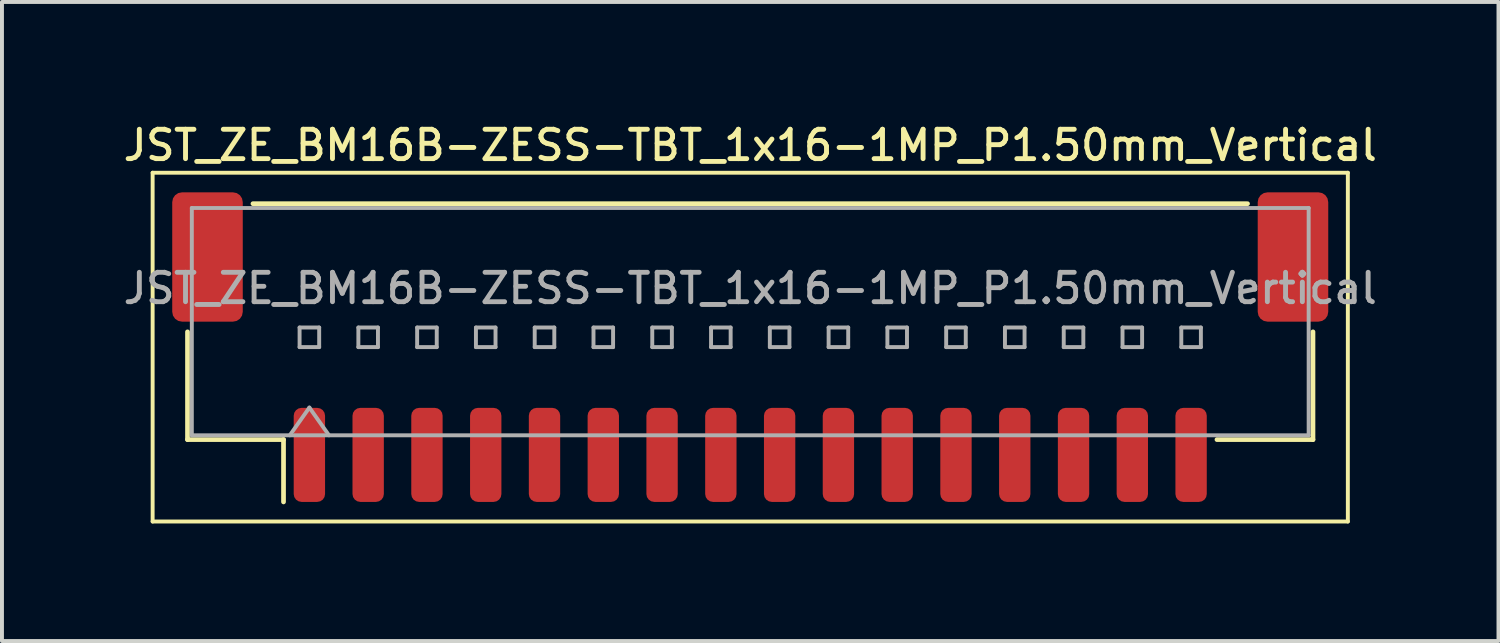
<source format=kicad_pcb>
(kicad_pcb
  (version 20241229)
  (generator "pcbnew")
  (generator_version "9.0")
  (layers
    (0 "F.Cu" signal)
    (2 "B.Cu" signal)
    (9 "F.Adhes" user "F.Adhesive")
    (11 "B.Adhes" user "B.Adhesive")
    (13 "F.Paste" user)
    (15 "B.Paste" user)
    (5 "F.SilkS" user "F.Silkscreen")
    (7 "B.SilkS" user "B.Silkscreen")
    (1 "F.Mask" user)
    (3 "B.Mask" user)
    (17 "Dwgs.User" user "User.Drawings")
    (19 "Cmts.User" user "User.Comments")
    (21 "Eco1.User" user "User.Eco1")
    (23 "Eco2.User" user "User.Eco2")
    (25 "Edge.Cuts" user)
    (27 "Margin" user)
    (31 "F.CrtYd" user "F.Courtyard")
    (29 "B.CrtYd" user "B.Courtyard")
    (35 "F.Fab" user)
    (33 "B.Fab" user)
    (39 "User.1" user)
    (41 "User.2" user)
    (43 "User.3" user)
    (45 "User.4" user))
  (footprint "JST_ZE_BM16B-ZESS-TBT_1x16-1MP_P1.50mm_Vertical"
    (layer "F.Cu")
    (at 16.095 5.808)
    (property "Reference" "JST_ZE_BM16B-ZESS-TBT_1x16-1MP_P1.50mm_Vertical" (at 0 -5.15 0) (layer "F.SilkS") (effects (font (size 0.75 0.75) (thickness 0.125))))
    (attr smd)
    (fp_line (start -15.25 -4.45) (end -15.25 4.45) (stroke (width 0.1) (type solid)) (layer "F.SilkS"))
    (fp_line (start -15.25 4.45) (end 15.25 4.45) (stroke (width 0.1) (type solid)) (layer "F.SilkS"))
    (fp_line (start -14.36 -0.39) (end -14.36 2.36) (stroke (width 0.12) (type solid)) (layer "F.SilkS"))
    (fp_line (start -14.36 2.36) (end -11.91 2.36) (stroke (width 0.12) (type solid)) (layer "F.SilkS"))
    (fp_line (start -12.69 -3.66) (end 12.69 -3.66) (stroke (width 0.12) (type solid)) (layer "F.SilkS"))
    (fp_line (start -11.91 2.36) (end -11.91 3.95) (stroke (width 0.12) (type solid)) (layer "F.SilkS"))
    (fp_line (start 14.36 -0.39) (end 14.36 2.36) (stroke (width 0.12) (type solid)) (layer "F.SilkS"))
    (fp_line (start 14.36 2.36) (end 11.91 2.36) (stroke (width 0.12) (type solid)) (layer "F.SilkS"))
    (fp_line (start 15.25 -4.45) (end -15.25 -4.45) (stroke (width 0.1) (type solid)) (layer "F.SilkS"))
    (fp_line (start 15.25 4.45) (end 15.25 -4.45) (stroke (width 0.1) (type solid)) (layer "F.SilkS"))
    (fp_line (start -14.25 -3.55) (end 14.25 -3.55) (stroke (width 0.1) (type solid)) (layer "F.Fab"))
    (fp_line (start -14.25 2.25) (end -14.25 -3.55) (stroke (width 0.1) (type solid)) (layer "F.Fab"))
    (fp_line (start -14.25 2.25) (end 14.25 2.25) (stroke (width 0.1) (type solid)) (layer "F.Fab"))
    (fp_line (start -11.75 2.25) (end -11.25 1.543) (stroke (width 0.1) (type solid)) (layer "F.Fab"))
    (fp_line (start -11.5 -0.5) (end -11.5 0) (stroke (width 0.1) (type solid)) (layer "F.Fab"))
    (fp_line (start -11.5 0) (end -11 0) (stroke (width 0.1) (type solid)) (layer "F.Fab"))
    (fp_line (start -11.25 1.543) (end -10.75 2.25) (stroke (width 0.1) (type solid)) (layer "F.Fab"))
    (fp_line (start -11 -0.5) (end -11.5 -0.5) (stroke (width 0.1) (type solid)) (layer "F.Fab"))
    (fp_line (start -11 0) (end -11 -0.5) (stroke (width 0.1) (type solid)) (layer "F.Fab"))
    (fp_line (start -10 -0.5) (end -10 0) (stroke (width 0.1) (type solid)) (layer "F.Fab"))
    (fp_line (start -10 0) (end -9.5 0) (stroke (width 0.1) (type solid)) (layer "F.Fab"))
    (fp_line (start -9.5 -0.5) (end -10 -0.5) (stroke (width 0.1) (type solid)) (layer "F.Fab"))
    (fp_line (start -9.5 0) (end -9.5 -0.5) (stroke (width 0.1) (type solid)) (layer "F.Fab"))
    (fp_line (start -8.5 -0.5) (end -8.5 0) (stroke (width 0.1) (type solid)) (layer "F.Fab"))
    (fp_line (start -8.5 0) (end -8 0) (stroke (width 0.1) (type solid)) (layer "F.Fab"))
    (fp_line (start -8 -0.5) (end -8.5 -0.5) (stroke (width 0.1) (type solid)) (layer "F.Fab"))
    (fp_line (start -8 0) (end -8 -0.5) (stroke (width 0.1) (type solid)) (layer "F.Fab"))
    (fp_line (start -7 -0.5) (end -7 0) (stroke (width 0.1) (type solid)) (layer "F.Fab"))
    (fp_line (start -7 0) (end -6.5 0) (stroke (width 0.1) (type solid)) (layer "F.Fab"))
    (fp_line (start -6.5 -0.5) (end -7 -0.5) (stroke (width 0.1) (type solid)) (layer "F.Fab"))
    (fp_line (start -6.5 0) (end -6.5 -0.5) (stroke (width 0.1) (type solid)) (layer "F.Fab"))
    (fp_line (start -5.5 -0.5) (end -5.5 0) (stroke (width 0.1) (type solid)) (layer "F.Fab"))
    (fp_line (start -5.5 0) (end -5 0) (stroke (width 0.1) (type solid)) (layer "F.Fab"))
    (fp_line (start -5 -0.5) (end -5.5 -0.5) (stroke (width 0.1) (type solid)) (layer "F.Fab"))
    (fp_line (start -5 0) (end -5 -0.5) (stroke (width 0.1) (type solid)) (layer "F.Fab"))
    (fp_line (start -4 -0.5) (end -4 0) (stroke (width 0.1) (type solid)) (layer "F.Fab"))
    (fp_line (start -4 0) (end -3.5 0) (stroke (width 0.1) (type solid)) (layer "F.Fab"))
    (fp_line (start -3.5 -0.5) (end -4 -0.5) (stroke (width 0.1) (type solid)) (layer "F.Fab"))
    (fp_line (start -3.5 0) (end -3.5 -0.5) (stroke (width 0.1) (type solid)) (layer "F.Fab"))
    (fp_line (start -2.5 -0.5) (end -2.5 0) (stroke (width 0.1) (type solid)) (layer "F.Fab"))
    (fp_line (start -2.5 0) (end -2 0) (stroke (width 0.1) (type solid)) (layer "F.Fab"))
    (fp_line (start -2 -0.5) (end -2.5 -0.5) (stroke (width 0.1) (type solid)) (layer "F.Fab"))
    (fp_line (start -2 0) (end -2 -0.5) (stroke (width 0.1) (type solid)) (layer "F.Fab"))
    (fp_line (start -1 -0.5) (end -1 0) (stroke (width 0.1) (type solid)) (layer "F.Fab"))
    (fp_line (start -1 0) (end -0.5 0) (stroke (width 0.1) (type solid)) (layer "F.Fab"))
    (fp_line (start -0.5 -0.5) (end -1 -0.5) (stroke (width 0.1) (type solid)) (layer "F.Fab"))
    (fp_line (start -0.5 0) (end -0.5 -0.5) (stroke (width 0.1) (type solid)) (layer "F.Fab"))
    (fp_line (start 0.5 -0.5) (end 0.5 0) (stroke (width 0.1) (type solid)) (layer "F.Fab"))
    (fp_line (start 0.5 0) (end 1 0) (stroke (width 0.1) (type solid)) (layer "F.Fab"))
    (fp_line (start 1 -0.5) (end 0.5 -0.5) (stroke (width 0.1) (type solid)) (layer "F.Fab"))
    (fp_line (start 1 0) (end 1 -0.5) (stroke (width 0.1) (type solid)) (layer "F.Fab"))
    (fp_line (start 2 -0.5) (end 2 0) (stroke (width 0.1) (type solid)) (layer "F.Fab"))
    (fp_line (start 2 0) (end 2.5 0) (stroke (width 0.1) (type solid)) (layer "F.Fab"))
    (fp_line (start 2.5 -0.5) (end 2 -0.5) (stroke (width 0.1) (type solid)) (layer "F.Fab"))
    (fp_line (start 2.5 0) (end 2.5 -0.5) (stroke (width 0.1) (type solid)) (layer "F.Fab"))
    (fp_line (start 3.5 -0.5) (end 3.5 0) (stroke (width 0.1) (type solid)) (layer "F.Fab"))
    (fp_line (start 3.5 0) (end 4 0) (stroke (width 0.1) (type solid)) (layer "F.Fab"))
    (fp_line (start 4 -0.5) (end 3.5 -0.5) (stroke (width 0.1) (type solid)) (layer "F.Fab"))
    (fp_line (start 4 0) (end 4 -0.5) (stroke (width 0.1) (type solid)) (layer "F.Fab"))
    (fp_line (start 5 -0.5) (end 5 0) (stroke (width 0.1) (type solid)) (layer "F.Fab"))
    (fp_line (start 5 0) (end 5.5 0) (stroke (width 0.1) (type solid)) (layer "F.Fab"))
    (fp_line (start 5.5 -0.5) (end 5 -0.5) (stroke (width 0.1) (type solid)) (layer "F.Fab"))
    (fp_line (start 5.5 0) (end 5.5 -0.5) (stroke (width 0.1) (type solid)) (layer "F.Fab"))
    (fp_line (start 6.5 -0.5) (end 6.5 0) (stroke (width 0.1) (type solid)) (layer "F.Fab"))
    (fp_line (start 6.5 0) (end 7 0) (stroke (width 0.1) (type solid)) (layer "F.Fab"))
    (fp_line (start 7 -0.5) (end 6.5 -0.5) (stroke (width 0.1) (type solid)) (layer "F.Fab"))
    (fp_line (start 7 0) (end 7 -0.5) (stroke (width 0.1) (type solid)) (layer "F.Fab"))
    (fp_line (start 8 -0.5) (end 8 0) (stroke (width 0.1) (type solid)) (layer "F.Fab"))
    (fp_line (start 8 0) (end 8.5 0) (stroke (width 0.1) (type solid)) (layer "F.Fab"))
    (fp_line (start 8.5 -0.5) (end 8 -0.5) (stroke (width 0.1) (type solid)) (layer "F.Fab"))
    (fp_line (start 8.5 0) (end 8.5 -0.5) (stroke (width 0.1) (type solid)) (layer "F.Fab"))
    (fp_line (start 9.5 -0.5) (end 9.5 0) (stroke (width 0.1) (type solid)) (layer "F.Fab"))
    (fp_line (start 9.5 0) (end 10 0) (stroke (width 0.1) (type solid)) (layer "F.Fab"))
    (fp_line (start 10 -0.5) (end 9.5 -0.5) (stroke (width 0.1) (type solid)) (layer "F.Fab"))
    (fp_line (start 10 0) (end 10 -0.5) (stroke (width 0.1) (type solid)) (layer "F.Fab"))
    (fp_line (start 11 -0.5) (end 11 0) (stroke (width 0.1) (type solid)) (layer "F.Fab"))
    (fp_line (start 11 0) (end 11.5 0) (stroke (width 0.1) (type solid)) (layer "F.Fab"))
    (fp_line (start 11.5 -0.5) (end 11 -0.5) (stroke (width 0.1) (type solid)) (layer "F.Fab"))
    (fp_line (start 11.5 0) (end 11.5 -0.5) (stroke (width 0.1) (type solid)) (layer "F.Fab"))
    (fp_line (start 14.25 2.25) (end 14.25 -3.55) (stroke (width 0.1) (type solid)) (layer "F.Fab"))
    (fp_text user "${REFERENCE}" (at 0 -1.5 0) (layer "F.Fab") (effects (font (size 0.75 0.75) (thickness 0.125))))
    (pad "1" smd roundrect (at -11.25 2.75) (size 0.8 2.4) (layers "F.Cu" "F.Mask" "F.Paste") (roundrect_rratio 0.25))
    (pad "2" smd roundrect (at -9.75 2.75) (size 0.8 2.4) (layers "F.Cu" "F.Mask" "F.Paste") (roundrect_rratio 0.25))
    (pad "3" smd roundrect (at -8.25 2.75) (size 0.8 2.4) (layers "F.Cu" "F.Mask" "F.Paste") (roundrect_rratio 0.25))
    (pad "4" smd roundrect (at -6.75 2.75) (size 0.8 2.4) (layers "F.Cu" "F.Mask" "F.Paste") (roundrect_rratio 0.25))
    (pad "5" smd roundrect (at -5.25 2.75) (size 0.8 2.4) (layers "F.Cu" "F.Mask" "F.Paste") (roundrect_rratio 0.25))
    (pad "6" smd roundrect (at -3.75 2.75) (size 0.8 2.4) (layers "F.Cu" "F.Mask" "F.Paste") (roundrect_rratio 0.25))
    (pad "7" smd roundrect (at -2.25 2.75) (size 0.8 2.4) (layers "F.Cu" "F.Mask" "F.Paste") (roundrect_rratio 0.25))
    (pad "8" smd roundrect (at -0.75 2.75) (size 0.8 2.4) (layers "F.Cu" "F.Mask" "F.Paste") (roundrect_rratio 0.25))
    (pad "9" smd roundrect (at 0.75 2.75) (size 0.8 2.4) (layers "F.Cu" "F.Mask" "F.Paste") (roundrect_rratio 0.25))
    (pad "10" smd roundrect (at 2.25 2.75) (size 0.8 2.4) (layers "F.Cu" "F.Mask" "F.Paste") (roundrect_rratio 0.25))
    (pad "11" smd roundrect (at 3.75 2.75) (size 0.8 2.4) (layers "F.Cu" "F.Mask" "F.Paste") (roundrect_rratio 0.25))
    (pad "12" smd roundrect (at 5.25 2.75) (size 0.8 2.4) (layers "F.Cu" "F.Mask" "F.Paste") (roundrect_rratio 0.25))
    (pad "13" smd roundrect (at 6.75 2.75) (size 0.8 2.4) (layers "F.Cu" "F.Mask" "F.Paste") (roundrect_rratio 0.25))
    (pad "14" smd roundrect (at 8.25 2.75) (size 0.8 2.4) (layers "F.Cu" "F.Mask" "F.Paste") (roundrect_rratio 0.25))
    (pad "15" smd roundrect (at 9.75 2.75) (size 0.8 2.4) (layers "F.Cu" "F.Mask" "F.Paste") (roundrect_rratio 0.25))
    (pad "16" smd roundrect (at 11.25 2.75) (size 0.8 2.4) (layers "F.Cu" "F.Mask" "F.Paste") (roundrect_rratio 0.25))
    (pad "MP" smd roundrect (at -13.85 -2.3) (size 1.8 3.3) (layers "F.Cu" "F.Mask" "F.Paste") (roundrect_rratio 0.139))
    (pad "MP" smd roundrect (at 13.85 -2.3) (size 1.8 3.3) (layers "F.Cu" "F.Mask" "F.Paste") (roundrect_rratio 0.139)))
  (gr_rect
    (start -3 -3)
    (end 35.189 13.308)
    (stroke (width 0.1) (type default))
    (fill no)
    (layer "Edge.Cuts")))
</source>
